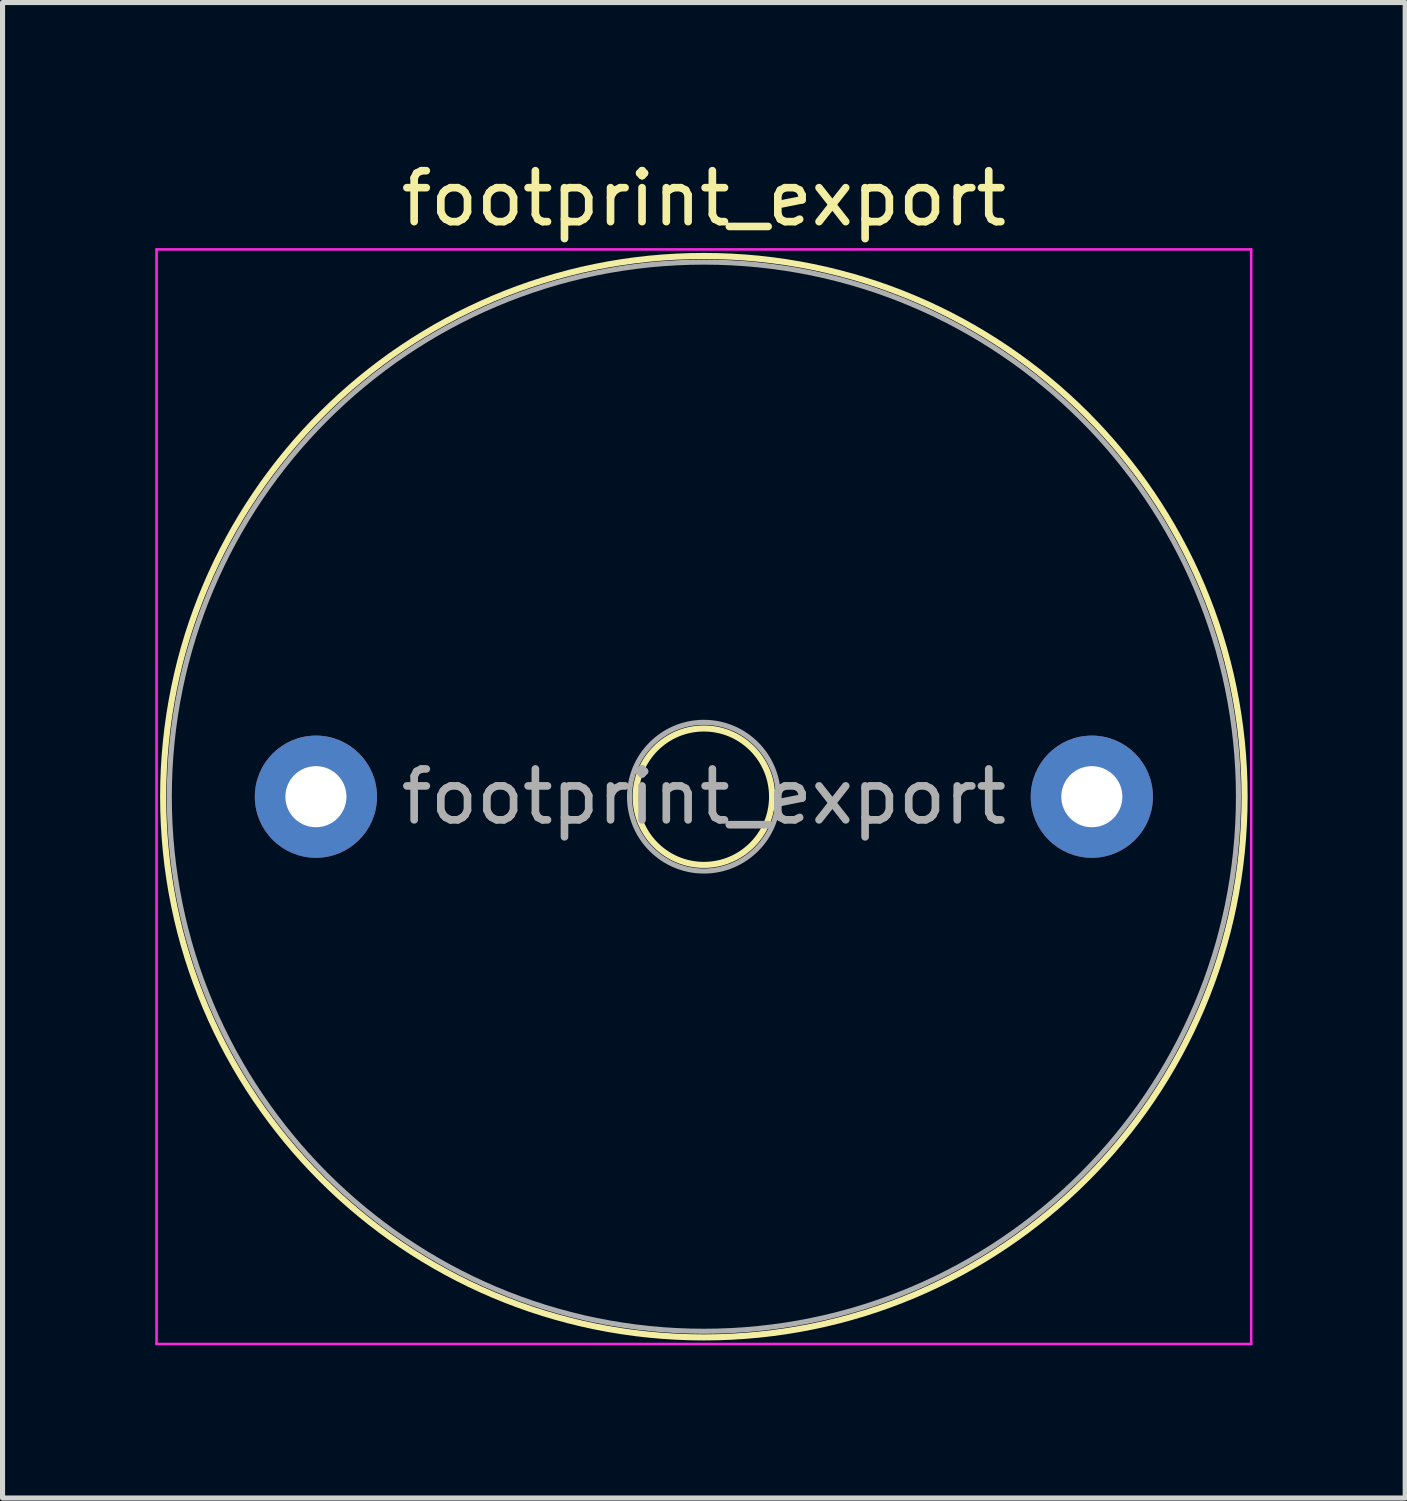
<source format=kicad_pcb>
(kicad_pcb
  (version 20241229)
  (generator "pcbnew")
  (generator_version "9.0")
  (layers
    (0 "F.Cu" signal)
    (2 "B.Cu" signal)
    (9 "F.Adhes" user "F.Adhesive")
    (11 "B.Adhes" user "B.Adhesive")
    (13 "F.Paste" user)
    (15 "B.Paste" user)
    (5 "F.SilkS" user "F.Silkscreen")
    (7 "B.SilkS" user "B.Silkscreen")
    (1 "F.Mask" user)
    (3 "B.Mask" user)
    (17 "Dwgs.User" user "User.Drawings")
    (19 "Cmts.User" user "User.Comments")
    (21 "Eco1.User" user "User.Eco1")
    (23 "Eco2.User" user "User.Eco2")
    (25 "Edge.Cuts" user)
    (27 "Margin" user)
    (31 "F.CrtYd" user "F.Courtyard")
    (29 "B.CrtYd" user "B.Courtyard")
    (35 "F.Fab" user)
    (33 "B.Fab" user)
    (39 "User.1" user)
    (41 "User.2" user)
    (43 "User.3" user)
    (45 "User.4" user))
  (footprint "footprint_export"
    (layer "F.Cu")
    (at 3.155 12.598)
    (property "Reference" "footprint_export" (at 7.62 -11.75 0) (layer "F.SilkS") (effects (font (size 1 1) (thickness 0.15))))
    (attr through_hole)
    (fp_circle (center 7.62 0) (end 8.96 0) (stroke (width 0.12) (type solid)) (fill no) (layer "F.SilkS"))
    (fp_circle (center 7.62 0) (end 18.24 0) (stroke (width 0.12) (type solid)) (fill no) (layer "F.SilkS"))
    (fp_line (start -3.13 -10.75) (end -3.13 10.75) (stroke (width 0.05) (type solid)) (layer "F.CrtYd"))
    (fp_line (start -3.13 10.75) (end 18.37 10.75) (stroke (width 0.05) (type solid)) (layer "F.CrtYd"))
    (fp_line (start 18.37 -10.75) (end -3.13 -10.75) (stroke (width 0.05) (type solid)) (layer "F.CrtYd"))
    (fp_line (start 18.37 10.75) (end 18.37 -10.75) (stroke (width 0.05) (type solid)) (layer "F.CrtYd"))
    (fp_circle (center 7.62 0) (end 9.08 0) (stroke (width 0.1) (type solid)) (fill no) (layer "F.Fab"))
    (fp_circle (center 7.62 0) (end 18.12 0) (stroke (width 0.1) (type solid)) (fill no) (layer "F.Fab"))
    (fp_text user "${REFERENCE}" (at 7.62 0 0) (layer "F.Fab") (effects (font (size 1 1) (thickness 0.15))))
    (pad "1" thru_hole circle (at 0 0) (size 2.4 2.4) (drill 1.2) (layers "*.Cu" "*.Mask"))
    (pad "2" thru_hole circle (at 15.24 0) (size 2.4 2.4) (drill 1.2) (layers "*.Cu" "*.Mask")))
  (gr_rect
    (start -3 -3)
    (end 24.55 26.373)
    (stroke (width 0.1) (type default))
    (fill no)
    (layer "Edge.Cuts")))
</source>
